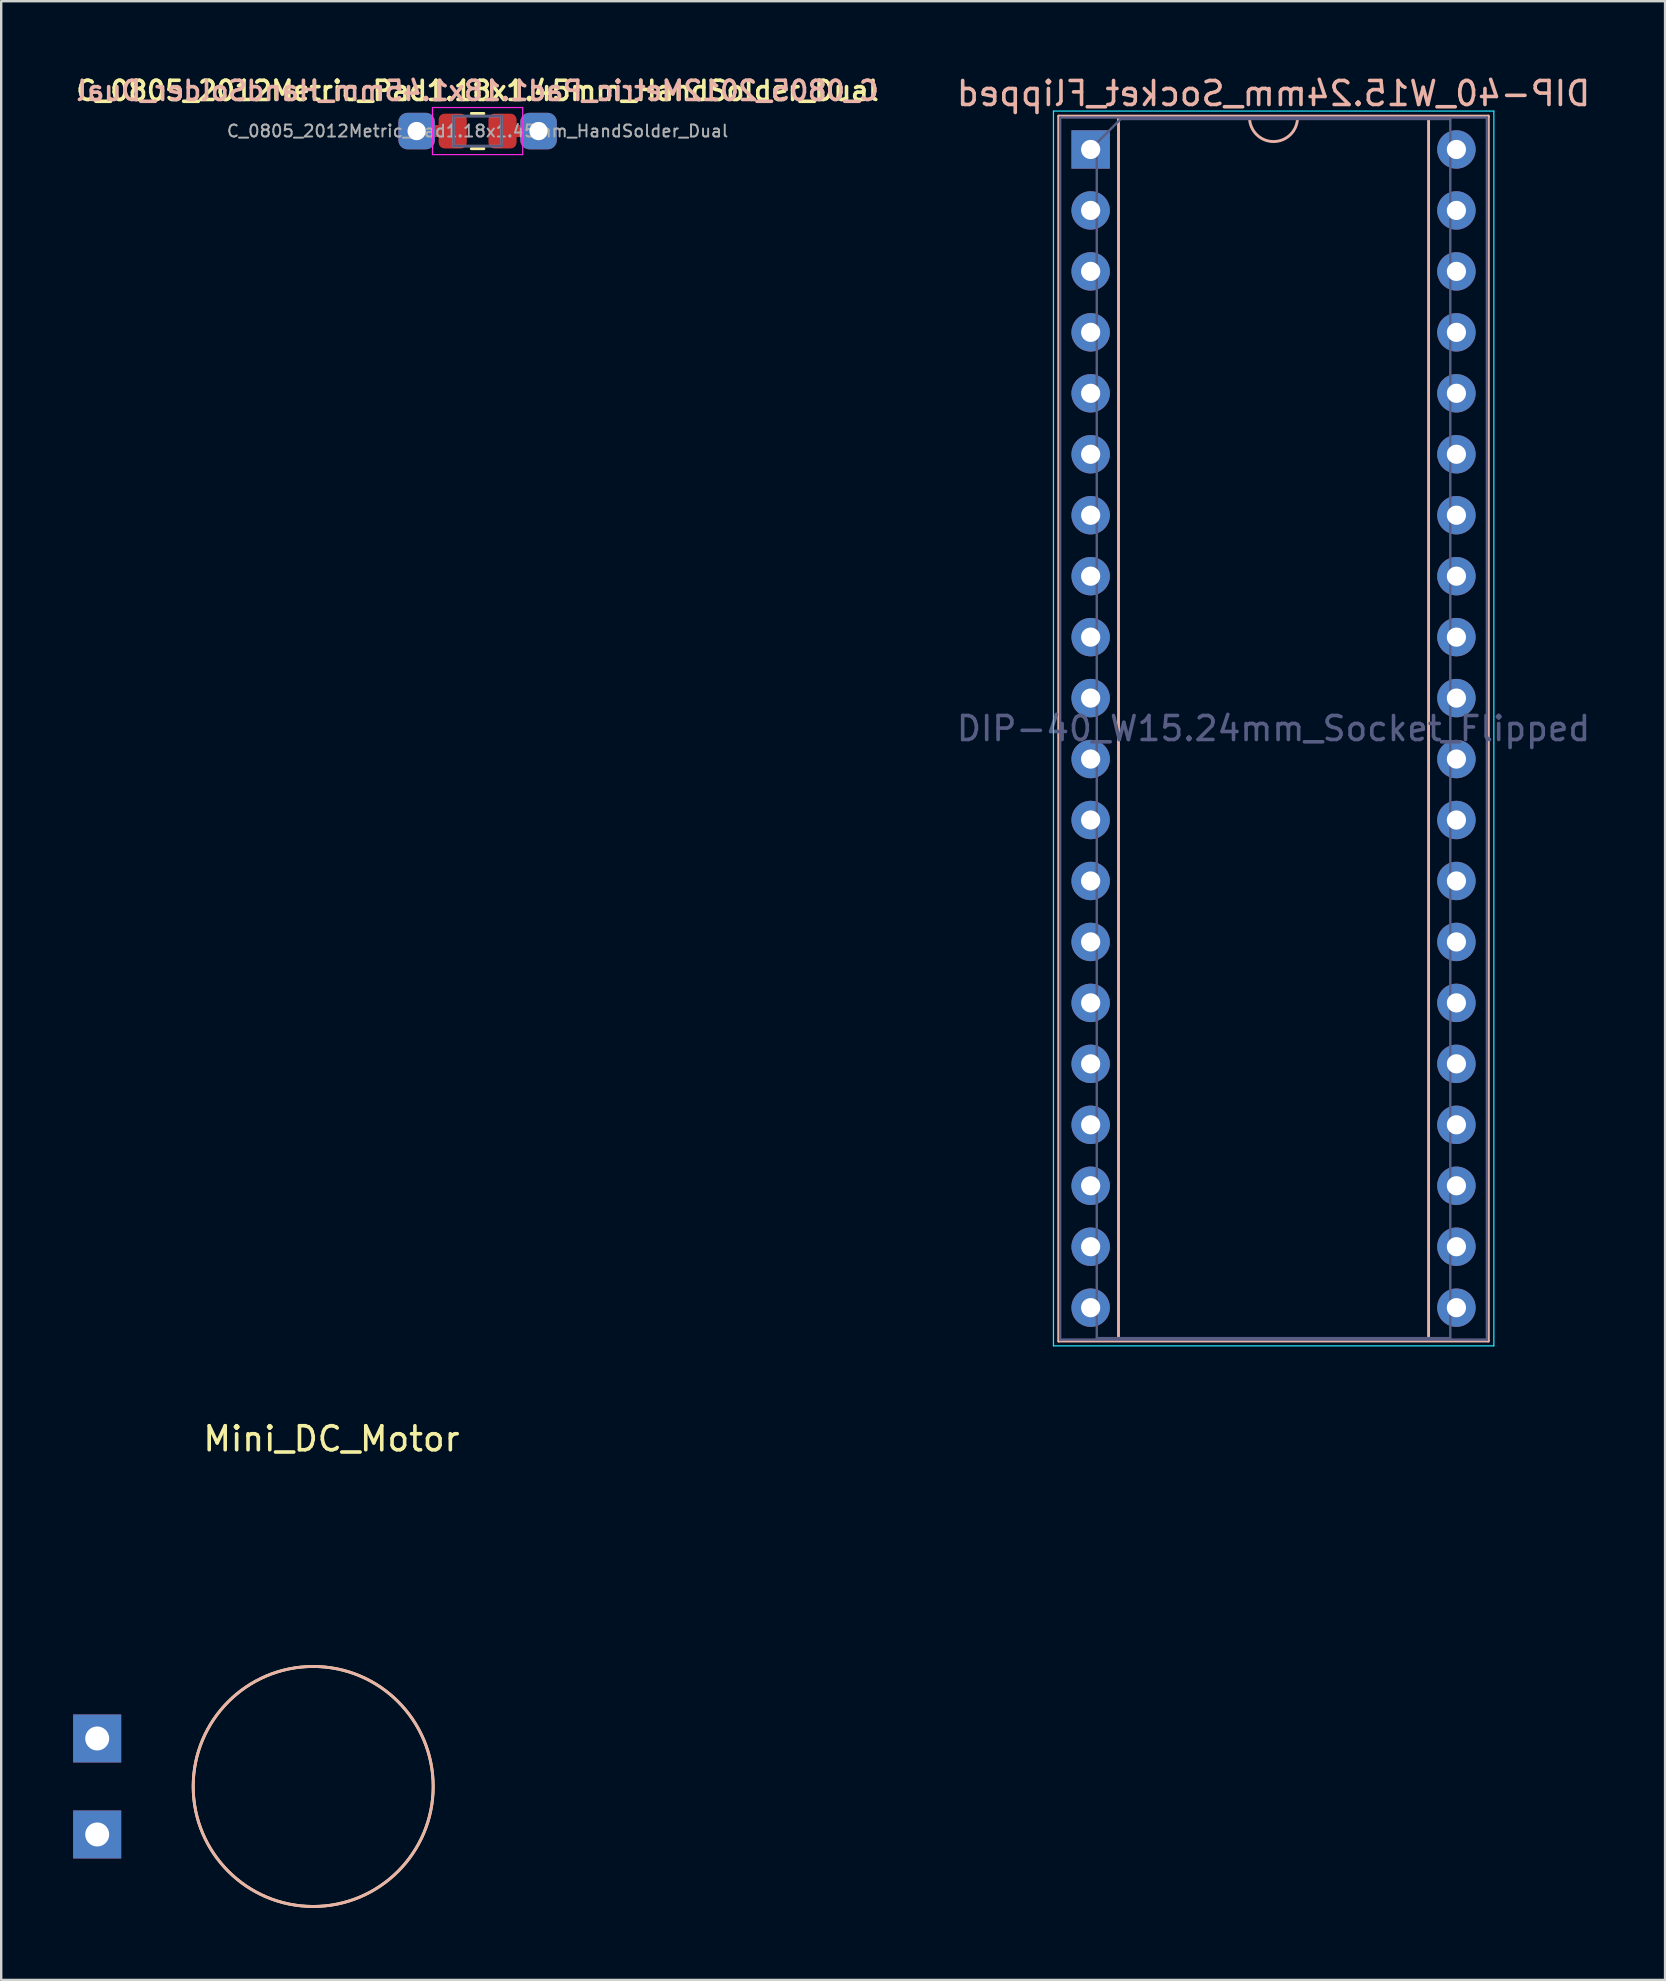
<source format=kicad_pcb>
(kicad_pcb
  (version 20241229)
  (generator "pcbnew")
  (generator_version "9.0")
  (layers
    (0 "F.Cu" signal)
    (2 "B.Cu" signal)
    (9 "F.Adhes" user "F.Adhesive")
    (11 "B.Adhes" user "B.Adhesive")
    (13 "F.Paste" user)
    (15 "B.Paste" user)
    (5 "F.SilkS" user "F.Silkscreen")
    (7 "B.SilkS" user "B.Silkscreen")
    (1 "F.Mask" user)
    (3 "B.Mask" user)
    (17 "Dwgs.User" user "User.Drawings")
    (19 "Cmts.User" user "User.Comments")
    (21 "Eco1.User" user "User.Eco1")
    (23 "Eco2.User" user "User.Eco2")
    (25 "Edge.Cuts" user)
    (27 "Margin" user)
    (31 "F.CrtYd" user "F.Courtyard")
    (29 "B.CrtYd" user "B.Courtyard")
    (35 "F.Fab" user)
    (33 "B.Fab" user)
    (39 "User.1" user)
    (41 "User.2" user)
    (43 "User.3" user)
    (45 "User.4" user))
  (footprint "C_0805_2012Metric_Pad1.18x1.45mm_HandSolder_Dual"
    (layer "F.Cu")
    (at 16.85 2.411)
    (property "Reference" "C_0805_2012Metric_Pad1.18x1.45mm_HandSolder_Dual" (at 0 -1.68 0) (layer "F.SilkS") (effects (font (size 0.8 0.8) (thickness 0.15))))
    (attr smd)
    (fp_line (start -0.261 -0.735) (end 0.261 -0.735) (stroke (width 0.12) (type solid)) (layer "F.SilkS"))
    (fp_line (start -0.261 0.735) (end 0.261 0.735) (stroke (width 0.12) (type solid)) (layer "F.SilkS"))
    (fp_line (start -1.88 -0.98) (end 1.88 -0.98) (stroke (width 0.05) (type solid)) (layer "F.CrtYd"))
    (fp_line (start -1.88 0.98) (end -1.88 -0.98) (stroke (width 0.05) (type solid)) (layer "F.CrtYd"))
    (fp_line (start 1.88 -0.98) (end 1.88 0.98) (stroke (width 0.05) (type solid)) (layer "F.CrtYd"))
    (fp_line (start 1.88 0.98) (end -1.88 0.98) (stroke (width 0.05) (type solid)) (layer "F.CrtYd"))
    (fp_line (start -1 -0.625) (end 1 -0.625) (stroke (width 0.1) (type solid)) (layer "B.Fab"))
    (fp_line (start -1 0.625) (end -1 -0.625) (stroke (width 0.1) (type solid)) (layer "B.Fab"))
    (fp_line (start 1 -0.625) (end 1 0.625) (stroke (width 0.1) (type solid)) (layer "B.Fab"))
    (fp_line (start 1 0.625) (end -1 0.625) (stroke (width 0.1) (type solid)) (layer "B.Fab"))
    (fp_line (start -1 -0.625) (end 1 -0.625) (stroke (width 0.1) (type solid)) (layer "F.Fab"))
    (fp_line (start -1 0.625) (end -1 -0.625) (stroke (width 0.1) (type solid)) (layer "F.Fab"))
    (fp_line (start 1 -0.625) (end 1 0.625) (stroke (width 0.1) (type solid)) (layer "F.Fab"))
    (fp_line (start 1 0.625) (end -1 0.625) (stroke (width 0.1) (type solid)) (layer "F.Fab"))
    (fp_text user "${REFERENCE}" (at 0 -1.68 0) (layer "B.SilkS") (effects (font (size 0.8 0.8) (thickness 0.15)) (justify mirror)))
    (fp_text user "${REFERENCE}" (at 0 0 0) (layer "F.Fab") (effects (font (size 0.5 0.5) (thickness 0.08))))
    (pad "1" thru_hole roundrect (at -2.54 0) (size 1.524 1.524) (drill 0.762) (layers "*.Cu" "*.Mask") (roundrect_rratio 0.25))
    (pad "1" smd rect (at -1.8 0 180) (size 1.6 0.5) (layers "F.Cu"))
    (pad "1" smd roundrect (at -1.038 0) (size 1.175 1.45) (layers "F.Cu" "F.Mask" "F.Paste") (roundrect_rratio 0.213))
    (pad "2" smd roundrect (at 1.038 0) (size 1.175 1.45) (layers "F.Cu" "F.Mask" "F.Paste") (roundrect_rratio 0.213))
    (pad "2" smd rect (at 1.8 0 180) (size 1.6 0.5) (layers "F.Cu"))
    (pad "2" thru_hole roundrect (at 2.54 0) (size 1.524 1.524) (drill 0.762) (layers "*.Cu" "*.Mask") (roundrect_rratio 0.25)))
  (footprint "Mini_DC_Motor"
    (layer "F.Cu")
    (at 10 71.388)
    (property "Reference" "Mini_DC_Motor" (at 0.762 -14.486 0) (layer "F.SilkS") (effects (font (size 1 1) (thickness 0.15))))
    (attr through_hole)
    (fp_circle (center 0 0) (end 5 0) (stroke (width 0.12) (type solid)) (fill no) (layer "F.SilkS"))
    (fp_circle (center 0 0) (end 5 0) (stroke (width 0.12) (type solid)) (fill no) (layer "B.SilkS"))
    (pad "1" thru_hole rect (at -9 -2) (size 2 2) (drill 1) (layers "*.Cu" "*.Mask"))
    (pad "2" thru_hole rect (at -9 2) (size 2 2) (drill 1) (layers "*.Cu" "*.Mask")))
  (footprint "DIP-40_W15.24mm_Socket_Flipped"
    (layer "F.Cu")
    (at 42.395 3.178)
    (property "Reference" "DIP-40_W15.24mm_Socket_Flipped" (at 7.62 -2.33 0) (layer "B.SilkS") (effects (font (size 1 1) (thickness 0.15)) (justify mirror)))
    (attr through_hole)
    (fp_line (start -1.33 -1.39) (end -1.33 49.65) (stroke (width 0.12) (type solid)) (layer "B.SilkS"))
    (fp_line (start -1.33 49.65) (end 16.57 49.65) (stroke (width 0.12) (type solid)) (layer "B.SilkS"))
    (fp_line (start 1.16 -1.33) (end 1.16 49.59) (stroke (width 0.12) (type solid)) (layer "B.SilkS"))
    (fp_line (start 1.16 49.59) (end 14.08 49.59) (stroke (width 0.12) (type solid)) (layer "B.SilkS"))
    (fp_line (start 6.62 -1.33) (end 1.16 -1.33) (stroke (width 0.12) (type solid)) (layer "B.SilkS"))
    (fp_line (start 14.08 -1.33) (end 8.62 -1.33) (stroke (width 0.12) (type solid)) (layer "B.SilkS"))
    (fp_line (start 14.08 49.59) (end 14.08 -1.33) (stroke (width 0.12) (type solid)) (layer "B.SilkS"))
    (fp_line (start 16.57 -1.39) (end -1.33 -1.39) (stroke (width 0.12) (type solid)) (layer "B.SilkS"))
    (fp_line (start 16.57 49.65) (end 16.57 -1.39) (stroke (width 0.12) (type solid)) (layer "B.SilkS"))
    (fp_arc (start 8.62 -1.33) (mid 7.62 -0.33) (end 6.62 -1.33) (stroke (width 0.12) (type solid)) (layer "B.SilkS"))
    (fp_line (start -1.55 -1.6) (end -1.55 49.85) (stroke (width 0.05) (type solid)) (layer "B.CrtYd"))
    (fp_line (start -1.55 49.85) (end 16.8 49.85) (stroke (width 0.05) (type solid)) (layer "B.CrtYd"))
    (fp_line (start 16.8 -1.6) (end -1.55 -1.6) (stroke (width 0.05) (type solid)) (layer "B.CrtYd"))
    (fp_line (start 16.8 49.85) (end 16.8 -1.6) (stroke (width 0.05) (type solid)) (layer "B.CrtYd"))
    (fp_line (start -1.27 -1.33) (end -1.27 49.59) (stroke (width 0.1) (type solid)) (layer "B.Fab"))
    (fp_line (start -1.27 49.59) (end 16.51 49.59) (stroke (width 0.1) (type solid)) (layer "B.Fab"))
    (fp_line (start 0.255 -0.27) (end 1.255 -1.27) (stroke (width 0.1) (type solid)) (layer "B.Fab"))
    (fp_line (start 0.255 49.53) (end 0.255 -0.27) (stroke (width 0.1) (type solid)) (layer "B.Fab"))
    (fp_line (start 1.255 -1.27) (end 14.985 -1.27) (stroke (width 0.1) (type solid)) (layer "B.Fab"))
    (fp_line (start 14.985 -1.27) (end 14.985 49.53) (stroke (width 0.1) (type solid)) (layer "B.Fab"))
    (fp_line (start 14.985 49.53) (end 0.255 49.53) (stroke (width 0.1) (type solid)) (layer "B.Fab"))
    (fp_line (start 16.51 -1.33) (end -1.27 -1.33) (stroke (width 0.1) (type solid)) (layer "B.Fab"))
    (fp_line (start 16.51 49.59) (end 16.51 -1.33) (stroke (width 0.1) (type solid)) (layer "B.Fab"))
    (fp_text user "${REFERENCE}" (at 7.62 24.13 0) (layer "B.Fab") (effects (font (size 1 1) (thickness 0.15))))
    (pad "1" thru_hole rect (at 0 0) (size 1.6 1.6) (drill 0.8) (layers "*.Cu" "*.Mask"))
    (pad "2" thru_hole oval (at 0 2.54) (size 1.6 1.6) (drill 0.8) (layers "*.Cu" "*.Mask"))
    (pad "3" thru_hole oval (at 0 5.08) (size 1.6 1.6) (drill 0.8) (layers "*.Cu" "*.Mask"))
    (pad "4" thru_hole oval (at 0 7.62) (size 1.6 1.6) (drill 0.8) (layers "*.Cu" "*.Mask"))
    (pad "5" thru_hole oval (at 0 10.16) (size 1.6 1.6) (drill 0.8) (layers "*.Cu" "*.Mask"))
    (pad "6" thru_hole oval (at 0 12.7) (size 1.6 1.6) (drill 0.8) (layers "*.Cu" "*.Mask"))
    (pad "7" thru_hole oval (at 0 15.24) (size 1.6 1.6) (drill 0.8) (layers "*.Cu" "*.Mask"))
    (pad "8" thru_hole oval (at 0 17.78) (size 1.6 1.6) (drill 0.8) (layers "*.Cu" "*.Mask"))
    (pad "9" thru_hole oval (at 0 20.32) (size 1.6 1.6) (drill 0.8) (layers "*.Cu" "*.Mask"))
    (pad "10" thru_hole oval (at 0 22.86) (size 1.6 1.6) (drill 0.8) (layers "*.Cu" "*.Mask"))
    (pad "11" thru_hole oval (at 0 25.4) (size 1.6 1.6) (drill 0.8) (layers "*.Cu" "*.Mask"))
    (pad "12" thru_hole oval (at 0 27.94) (size 1.6 1.6) (drill 0.8) (layers "*.Cu" "*.Mask"))
    (pad "13" thru_hole oval (at 0 30.48) (size 1.6 1.6) (drill 0.8) (layers "*.Cu" "*.Mask"))
    (pad "14" thru_hole oval (at 0 33.02) (size 1.6 1.6) (drill 0.8) (layers "*.Cu" "*.Mask"))
    (pad "15" thru_hole oval (at 0 35.56) (size 1.6 1.6) (drill 0.8) (layers "*.Cu" "*.Mask"))
    (pad "16" thru_hole oval (at 0 38.1) (size 1.6 1.6) (drill 0.8) (layers "*.Cu" "*.Mask"))
    (pad "17" thru_hole oval (at 0 40.64) (size 1.6 1.6) (drill 0.8) (layers "*.Cu" "*.Mask"))
    (pad "18" thru_hole oval (at 0 43.18) (size 1.6 1.6) (drill 0.8) (layers "*.Cu" "*.Mask"))
    (pad "19" thru_hole oval (at 0 45.72) (size 1.6 1.6) (drill 0.8) (layers "*.Cu" "*.Mask"))
    (pad "20" thru_hole oval (at 0 48.26) (size 1.6 1.6) (drill 0.8) (layers "*.Cu" "*.Mask"))
    (pad "21" thru_hole oval (at 15.24 48.26) (size 1.6 1.6) (drill 0.8) (layers "*.Cu" "*.Mask"))
    (pad "22" thru_hole oval (at 15.24 45.72) (size 1.6 1.6) (drill 0.8) (layers "*.Cu" "*.Mask"))
    (pad "23" thru_hole oval (at 15.24 43.18) (size 1.6 1.6) (drill 0.8) (layers "*.Cu" "*.Mask"))
    (pad "24" thru_hole oval (at 15.24 40.64) (size 1.6 1.6) (drill 0.8) (layers "*.Cu" "*.Mask"))
    (pad "25" thru_hole oval (at 15.24 38.1) (size 1.6 1.6) (drill 0.8) (layers "*.Cu" "*.Mask"))
    (pad "26" thru_hole oval (at 15.24 35.56) (size 1.6 1.6) (drill 0.8) (layers "*.Cu" "*.Mask"))
    (pad "27" thru_hole oval (at 15.24 33.02) (size 1.6 1.6) (drill 0.8) (layers "*.Cu" "*.Mask"))
    (pad "28" thru_hole oval (at 15.24 30.48) (size 1.6 1.6) (drill 0.8) (layers "*.Cu" "*.Mask"))
    (pad "29" thru_hole oval (at 15.24 27.94) (size 1.6 1.6) (drill 0.8) (layers "*.Cu" "*.Mask"))
    (pad "30" thru_hole oval (at 15.24 25.4) (size 1.6 1.6) (drill 0.8) (layers "*.Cu" "*.Mask"))
    (pad "31" thru_hole oval (at 15.24 22.86) (size 1.6 1.6) (drill 0.8) (layers "*.Cu" "*.Mask"))
    (pad "32" thru_hole oval (at 15.24 20.32) (size 1.6 1.6) (drill 0.8) (layers "*.Cu" "*.Mask"))
    (pad "33" thru_hole oval (at 15.24 17.78) (size 1.6 1.6) (drill 0.8) (layers "*.Cu" "*.Mask"))
    (pad "34" thru_hole oval (at 15.24 15.24) (size 1.6 1.6) (drill 0.8) (layers "*.Cu" "*.Mask"))
    (pad "35" thru_hole oval (at 15.24 12.7) (size 1.6 1.6) (drill 0.8) (layers "*.Cu" "*.Mask"))
    (pad "36" thru_hole oval (at 15.24 10.16) (size 1.6 1.6) (drill 0.8) (layers "*.Cu" "*.Mask"))
    (pad "37" thru_hole oval (at 15.24 7.62) (size 1.6 1.6) (drill 0.8) (layers "*.Cu" "*.Mask"))
    (pad "38" thru_hole oval (at 15.24 5.08) (size 1.6 1.6) (drill 0.8) (layers "*.Cu" "*.Mask"))
    (pad "39" thru_hole oval (at 15.24 2.54) (size 1.6 1.6) (drill 0.8) (layers "*.Cu" "*.Mask"))
    (pad "40" thru_hole oval (at 15.24 0) (size 1.6 1.6) (drill 0.8) (layers "*.Cu" "*.Mask")))
  (gr_rect
    (start -3 -3)
    (end 66.33 79.448)
    (stroke (width 0.1) (type default))
    (fill no)
    (layer "Edge.Cuts")))
</source>
